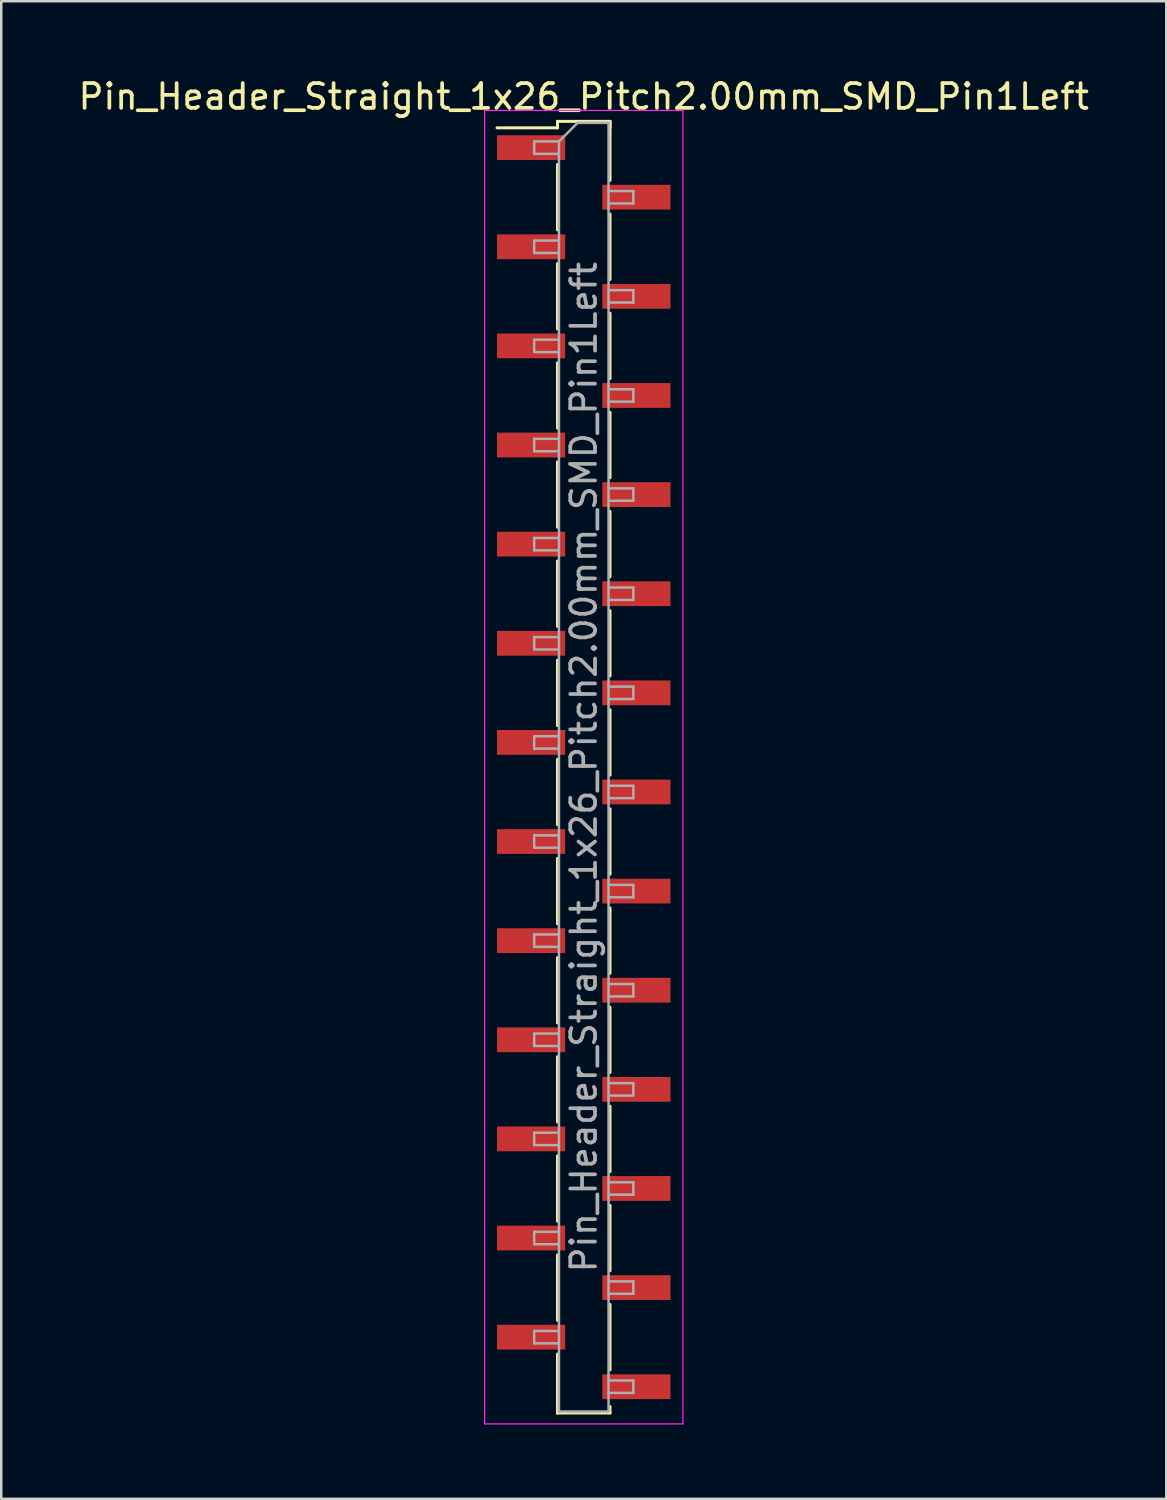
<source format=kicad_pcb>
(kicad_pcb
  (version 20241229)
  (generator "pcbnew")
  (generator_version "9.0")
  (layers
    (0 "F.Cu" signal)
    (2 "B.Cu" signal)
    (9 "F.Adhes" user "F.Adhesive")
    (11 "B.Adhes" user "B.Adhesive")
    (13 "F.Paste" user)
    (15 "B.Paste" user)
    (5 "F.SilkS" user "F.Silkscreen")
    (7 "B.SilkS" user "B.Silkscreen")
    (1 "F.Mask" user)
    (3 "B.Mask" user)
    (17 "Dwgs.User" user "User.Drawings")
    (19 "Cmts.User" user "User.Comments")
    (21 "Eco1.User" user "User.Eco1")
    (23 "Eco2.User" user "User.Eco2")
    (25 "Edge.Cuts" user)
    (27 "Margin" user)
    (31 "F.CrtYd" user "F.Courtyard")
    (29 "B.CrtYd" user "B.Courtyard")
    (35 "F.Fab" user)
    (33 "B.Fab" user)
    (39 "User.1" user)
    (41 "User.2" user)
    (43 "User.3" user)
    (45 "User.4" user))
  (footprint "Pin_Header_Straight_1x26_Pitch2.00mm_SMD_Pin1Left"
    (layer "F.Cu")
    (at 20.506 27.908)
    (property "Reference" "Pin_Header_Straight_1x26_Pitch2.00mm_SMD_Pin1Left" (at 0 -27.06 0) (layer "F.SilkS") (effects (font (size 1 1) (thickness 0.15))))
    (attr smd)
    (fp_line (start -1.06 -26.06) (end 1.06 -26.06) (stroke (width 0.12) (type solid)) (layer "F.SilkS"))
    (fp_line (start -1.06 -25.8) (end -3.5 -25.8) (stroke (width 0.12) (type solid)) (layer "F.SilkS"))
    (fp_line (start -1.06 -25.8) (end -1.06 -26.06) (stroke (width 0.12) (type solid)) (layer "F.SilkS"))
    (fp_line (start -1.06 -24.32) (end -1.06 -21.68) (stroke (width 0.12) (type solid)) (layer "F.SilkS"))
    (fp_line (start -1.06 -20.32) (end -1.06 -17.68) (stroke (width 0.12) (type solid)) (layer "F.SilkS"))
    (fp_line (start -1.06 -16.32) (end -1.06 -13.68) (stroke (width 0.12) (type solid)) (layer "F.SilkS"))
    (fp_line (start -1.06 -12.32) (end -1.06 -9.68) (stroke (width 0.12) (type solid)) (layer "F.SilkS"))
    (fp_line (start -1.06 -8.32) (end -1.06 -5.68) (stroke (width 0.12) (type solid)) (layer "F.SilkS"))
    (fp_line (start -1.06 -4.32) (end -1.06 -1.68) (stroke (width 0.12) (type solid)) (layer "F.SilkS"))
    (fp_line (start -1.06 -0.32) (end -1.06 2.32) (stroke (width 0.12) (type solid)) (layer "F.SilkS"))
    (fp_line (start -1.06 3.68) (end -1.06 6.32) (stroke (width 0.12) (type solid)) (layer "F.SilkS"))
    (fp_line (start -1.06 7.68) (end -1.06 10.32) (stroke (width 0.12) (type solid)) (layer "F.SilkS"))
    (fp_line (start -1.06 11.68) (end -1.06 14.32) (stroke (width 0.12) (type solid)) (layer "F.SilkS"))
    (fp_line (start -1.06 15.68) (end -1.06 18.32) (stroke (width 0.12) (type solid)) (layer "F.SilkS"))
    (fp_line (start -1.06 19.68) (end -1.06 22.32) (stroke (width 0.12) (type solid)) (layer "F.SilkS"))
    (fp_line (start -1.06 23.68) (end -1.06 26.06) (stroke (width 0.12) (type solid)) (layer "F.SilkS"))
    (fp_line (start -1.06 25.8) (end -1.06 26.06) (stroke (width 0.12) (type solid)) (layer "F.SilkS"))
    (fp_line (start -1.06 26.06) (end 1.06 26.06) (stroke (width 0.12) (type solid)) (layer "F.SilkS"))
    (fp_line (start 1.06 -26.06) (end 1.06 -25.8) (stroke (width 0.12) (type solid)) (layer "F.SilkS"))
    (fp_line (start 1.06 -26.06) (end 1.06 -23.68) (stroke (width 0.12) (type solid)) (layer "F.SilkS"))
    (fp_line (start 1.06 -22.32) (end 1.06 -19.68) (stroke (width 0.12) (type solid)) (layer "F.SilkS"))
    (fp_line (start 1.06 -18.32) (end 1.06 -15.68) (stroke (width 0.12) (type solid)) (layer "F.SilkS"))
    (fp_line (start 1.06 -14.32) (end 1.06 -11.68) (stroke (width 0.12) (type solid)) (layer "F.SilkS"))
    (fp_line (start 1.06 -10.32) (end 1.06 -7.68) (stroke (width 0.12) (type solid)) (layer "F.SilkS"))
    (fp_line (start 1.06 -6.32) (end 1.06 -3.68) (stroke (width 0.12) (type solid)) (layer "F.SilkS"))
    (fp_line (start 1.06 -2.32) (end 1.06 0.32) (stroke (width 0.12) (type solid)) (layer "F.SilkS"))
    (fp_line (start 1.06 1.68) (end 1.06 4.32) (stroke (width 0.12) (type solid)) (layer "F.SilkS"))
    (fp_line (start 1.06 5.68) (end 1.06 8.32) (stroke (width 0.12) (type solid)) (layer "F.SilkS"))
    (fp_line (start 1.06 9.68) (end 1.06 12.32) (stroke (width 0.12) (type solid)) (layer "F.SilkS"))
    (fp_line (start 1.06 13.68) (end 1.06 16.32) (stroke (width 0.12) (type solid)) (layer "F.SilkS"))
    (fp_line (start 1.06 17.68) (end 1.06 20.32) (stroke (width 0.12) (type solid)) (layer "F.SilkS"))
    (fp_line (start 1.06 21.68) (end 1.06 24.32) (stroke (width 0.12) (type solid)) (layer "F.SilkS"))
    (fp_line (start 1.06 26.06) (end 1.06 25.8) (stroke (width 0.12) (type solid)) (layer "F.SilkS"))
    (fp_line (start -4 -26.5) (end -4 26.5) (stroke (width 0.05) (type solid)) (layer "F.CrtYd"))
    (fp_line (start -4 26.5) (end 4 26.5) (stroke (width 0.05) (type solid)) (layer "F.CrtYd"))
    (fp_line (start 4 -26.5) (end -4 -26.5) (stroke (width 0.05) (type solid)) (layer "F.CrtYd"))
    (fp_line (start 4 26.5) (end 4 -26.5) (stroke (width 0.05) (type solid)) (layer "F.CrtYd"))
    (fp_line (start -2 -25.25) (end -2 -24.75) (stroke (width 0.1) (type solid)) (layer "F.Fab"))
    (fp_line (start -2 -24.75) (end -1 -24.75) (stroke (width 0.1) (type solid)) (layer "F.Fab"))
    (fp_line (start -2 -21.25) (end -2 -20.75) (stroke (width 0.1) (type solid)) (layer "F.Fab"))
    (fp_line (start -2 -20.75) (end -1 -20.75) (stroke (width 0.1) (type solid)) (layer "F.Fab"))
    (fp_line (start -2 -17.25) (end -2 -16.75) (stroke (width 0.1) (type solid)) (layer "F.Fab"))
    (fp_line (start -2 -16.75) (end -1 -16.75) (stroke (width 0.1) (type solid)) (layer "F.Fab"))
    (fp_line (start -2 -13.25) (end -2 -12.75) (stroke (width 0.1) (type solid)) (layer "F.Fab"))
    (fp_line (start -2 -12.75) (end -1 -12.75) (stroke (width 0.1) (type solid)) (layer "F.Fab"))
    (fp_line (start -2 -9.25) (end -2 -8.75) (stroke (width 0.1) (type solid)) (layer "F.Fab"))
    (fp_line (start -2 -8.75) (end -1 -8.75) (stroke (width 0.1) (type solid)) (layer "F.Fab"))
    (fp_line (start -2 -5.25) (end -2 -4.75) (stroke (width 0.1) (type solid)) (layer "F.Fab"))
    (fp_line (start -2 -4.75) (end -1 -4.75) (stroke (width 0.1) (type solid)) (layer "F.Fab"))
    (fp_line (start -2 -1.25) (end -2 -0.75) (stroke (width 0.1) (type solid)) (layer "F.Fab"))
    (fp_line (start -2 -0.75) (end -1 -0.75) (stroke (width 0.1) (type solid)) (layer "F.Fab"))
    (fp_line (start -2 2.75) (end -2 3.25) (stroke (width 0.1) (type solid)) (layer "F.Fab"))
    (fp_line (start -2 3.25) (end -1 3.25) (stroke (width 0.1) (type solid)) (layer "F.Fab"))
    (fp_line (start -2 6.75) (end -2 7.25) (stroke (width 0.1) (type solid)) (layer "F.Fab"))
    (fp_line (start -2 7.25) (end -1 7.25) (stroke (width 0.1) (type solid)) (layer "F.Fab"))
    (fp_line (start -2 10.75) (end -2 11.25) (stroke (width 0.1) (type solid)) (layer "F.Fab"))
    (fp_line (start -2 11.25) (end -1 11.25) (stroke (width 0.1) (type solid)) (layer "F.Fab"))
    (fp_line (start -2 14.75) (end -2 15.25) (stroke (width 0.1) (type solid)) (layer "F.Fab"))
    (fp_line (start -2 15.25) (end -1 15.25) (stroke (width 0.1) (type solid)) (layer "F.Fab"))
    (fp_line (start -2 18.75) (end -2 19.25) (stroke (width 0.1) (type solid)) (layer "F.Fab"))
    (fp_line (start -2 19.25) (end -1 19.25) (stroke (width 0.1) (type solid)) (layer "F.Fab"))
    (fp_line (start -2 22.75) (end -2 23.25) (stroke (width 0.1) (type solid)) (layer "F.Fab"))
    (fp_line (start -2 23.25) (end -1 23.25) (stroke (width 0.1) (type solid)) (layer "F.Fab"))
    (fp_line (start -1 -25.25) (end -2 -25.25) (stroke (width 0.1) (type solid)) (layer "F.Fab"))
    (fp_line (start -1 -25.25) (end -0.25 -26) (stroke (width 0.1) (type solid)) (layer "F.Fab"))
    (fp_line (start -1 -21.25) (end -2 -21.25) (stroke (width 0.1) (type solid)) (layer "F.Fab"))
    (fp_line (start -1 -17.25) (end -2 -17.25) (stroke (width 0.1) (type solid)) (layer "F.Fab"))
    (fp_line (start -1 -13.25) (end -2 -13.25) (stroke (width 0.1) (type solid)) (layer "F.Fab"))
    (fp_line (start -1 -9.25) (end -2 -9.25) (stroke (width 0.1) (type solid)) (layer "F.Fab"))
    (fp_line (start -1 -5.25) (end -2 -5.25) (stroke (width 0.1) (type solid)) (layer "F.Fab"))
    (fp_line (start -1 -1.25) (end -2 -1.25) (stroke (width 0.1) (type solid)) (layer "F.Fab"))
    (fp_line (start -1 2.75) (end -2 2.75) (stroke (width 0.1) (type solid)) (layer "F.Fab"))
    (fp_line (start -1 6.75) (end -2 6.75) (stroke (width 0.1) (type solid)) (layer "F.Fab"))
    (fp_line (start -1 10.75) (end -2 10.75) (stroke (width 0.1) (type solid)) (layer "F.Fab"))
    (fp_line (start -1 14.75) (end -2 14.75) (stroke (width 0.1) (type solid)) (layer "F.Fab"))
    (fp_line (start -1 18.75) (end -2 18.75) (stroke (width 0.1) (type solid)) (layer "F.Fab"))
    (fp_line (start -1 22.75) (end -2 22.75) (stroke (width 0.1) (type solid)) (layer "F.Fab"))
    (fp_line (start -1 26) (end -1 -25.25) (stroke (width 0.1) (type solid)) (layer "F.Fab"))
    (fp_line (start -0.25 -26) (end 1 -26) (stroke (width 0.1) (type solid)) (layer "F.Fab"))
    (fp_line (start 1 -26) (end 1 26) (stroke (width 0.1) (type solid)) (layer "F.Fab"))
    (fp_line (start 1 -23.25) (end 2 -23.25) (stroke (width 0.1) (type solid)) (layer "F.Fab"))
    (fp_line (start 1 -19.25) (end 2 -19.25) (stroke (width 0.1) (type solid)) (layer "F.Fab"))
    (fp_line (start 1 -15.25) (end 2 -15.25) (stroke (width 0.1) (type solid)) (layer "F.Fab"))
    (fp_line (start 1 -11.25) (end 2 -11.25) (stroke (width 0.1) (type solid)) (layer "F.Fab"))
    (fp_line (start 1 -7.25) (end 2 -7.25) (stroke (width 0.1) (type solid)) (layer "F.Fab"))
    (fp_line (start 1 -3.25) (end 2 -3.25) (stroke (width 0.1) (type solid)) (layer "F.Fab"))
    (fp_line (start 1 0.75) (end 2 0.75) (stroke (width 0.1) (type solid)) (layer "F.Fab"))
    (fp_line (start 1 4.75) (end 2 4.75) (stroke (width 0.1) (type solid)) (layer "F.Fab"))
    (fp_line (start 1 8.75) (end 2 8.75) (stroke (width 0.1) (type solid)) (layer "F.Fab"))
    (fp_line (start 1 12.75) (end 2 12.75) (stroke (width 0.1) (type solid)) (layer "F.Fab"))
    (fp_line (start 1 16.75) (end 2 16.75) (stroke (width 0.1) (type solid)) (layer "F.Fab"))
    (fp_line (start 1 20.75) (end 2 20.75) (stroke (width 0.1) (type solid)) (layer "F.Fab"))
    (fp_line (start 1 24.75) (end 2 24.75) (stroke (width 0.1) (type solid)) (layer "F.Fab"))
    (fp_line (start 1 26) (end -1 26) (stroke (width 0.1) (type solid)) (layer "F.Fab"))
    (fp_line (start 2 -23.25) (end 2 -22.75) (stroke (width 0.1) (type solid)) (layer "F.Fab"))
    (fp_line (start 2 -22.75) (end 1 -22.75) (stroke (width 0.1) (type solid)) (layer "F.Fab"))
    (fp_line (start 2 -19.25) (end 2 -18.75) (stroke (width 0.1) (type solid)) (layer "F.Fab"))
    (fp_line (start 2 -18.75) (end 1 -18.75) (stroke (width 0.1) (type solid)) (layer "F.Fab"))
    (fp_line (start 2 -15.25) (end 2 -14.75) (stroke (width 0.1) (type solid)) (layer "F.Fab"))
    (fp_line (start 2 -14.75) (end 1 -14.75) (stroke (width 0.1) (type solid)) (layer "F.Fab"))
    (fp_line (start 2 -11.25) (end 2 -10.75) (stroke (width 0.1) (type solid)) (layer "F.Fab"))
    (fp_line (start 2 -10.75) (end 1 -10.75) (stroke (width 0.1) (type solid)) (layer "F.Fab"))
    (fp_line (start 2 -7.25) (end 2 -6.75) (stroke (width 0.1) (type solid)) (layer "F.Fab"))
    (fp_line (start 2 -6.75) (end 1 -6.75) (stroke (width 0.1) (type solid)) (layer "F.Fab"))
    (fp_line (start 2 -3.25) (end 2 -2.75) (stroke (width 0.1) (type solid)) (layer "F.Fab"))
    (fp_line (start 2 -2.75) (end 1 -2.75) (stroke (width 0.1) (type solid)) (layer "F.Fab"))
    (fp_line (start 2 0.75) (end 2 1.25) (stroke (width 0.1) (type solid)) (layer "F.Fab"))
    (fp_line (start 2 1.25) (end 1 1.25) (stroke (width 0.1) (type solid)) (layer "F.Fab"))
    (fp_line (start 2 4.75) (end 2 5.25) (stroke (width 0.1) (type solid)) (layer "F.Fab"))
    (fp_line (start 2 5.25) (end 1 5.25) (stroke (width 0.1) (type solid)) (layer "F.Fab"))
    (fp_line (start 2 8.75) (end 2 9.25) (stroke (width 0.1) (type solid)) (layer "F.Fab"))
    (fp_line (start 2 9.25) (end 1 9.25) (stroke (width 0.1) (type solid)) (layer "F.Fab"))
    (fp_line (start 2 12.75) (end 2 13.25) (stroke (width 0.1) (type solid)) (layer "F.Fab"))
    (fp_line (start 2 13.25) (end 1 13.25) (stroke (width 0.1) (type solid)) (layer "F.Fab"))
    (fp_line (start 2 16.75) (end 2 17.25) (stroke (width 0.1) (type solid)) (layer "F.Fab"))
    (fp_line (start 2 17.25) (end 1 17.25) (stroke (width 0.1) (type solid)) (layer "F.Fab"))
    (fp_line (start 2 20.75) (end 2 21.25) (stroke (width 0.1) (type solid)) (layer "F.Fab"))
    (fp_line (start 2 21.25) (end 1 21.25) (stroke (width 0.1) (type solid)) (layer "F.Fab"))
    (fp_line (start 2 24.75) (end 2 25.25) (stroke (width 0.1) (type solid)) (layer "F.Fab"))
    (fp_line (start 2 25.25) (end 1 25.25) (stroke (width 0.1) (type solid)) (layer "F.Fab"))
    (fp_text user "${REFERENCE}" (at 0 0 90) (layer "F.Fab") (effects (font (size 1 1) (thickness 0.15))))
    (pad "1" smd rect (at -2.125 -25) (size 2.75 1) (layers "F.Cu" "F.Mask" "F.Paste"))
    (pad "2" smd rect (at 2.125 -23) (size 2.75 1) (layers "F.Cu" "F.Mask" "F.Paste"))
    (pad "3" smd rect (at -2.125 -21) (size 2.75 1) (layers "F.Cu" "F.Mask" "F.Paste"))
    (pad "4" smd rect (at 2.125 -19) (size 2.75 1) (layers "F.Cu" "F.Mask" "F.Paste"))
    (pad "5" smd rect (at -2.125 -17) (size 2.75 1) (layers "F.Cu" "F.Mask" "F.Paste"))
    (pad "6" smd rect (at 2.125 -15) (size 2.75 1) (layers "F.Cu" "F.Mask" "F.Paste"))
    (pad "7" smd rect (at -2.125 -13) (size 2.75 1) (layers "F.Cu" "F.Mask" "F.Paste"))
    (pad "8" smd rect (at 2.125 -11) (size 2.75 1) (layers "F.Cu" "F.Mask" "F.Paste"))
    (pad "9" smd rect (at -2.125 -9) (size 2.75 1) (layers "F.Cu" "F.Mask" "F.Paste"))
    (pad "10" smd rect (at 2.125 -7) (size 2.75 1) (layers "F.Cu" "F.Mask" "F.Paste"))
    (pad "11" smd rect (at -2.125 -5) (size 2.75 1) (layers "F.Cu" "F.Mask" "F.Paste"))
    (pad "12" smd rect (at 2.125 -3) (size 2.75 1) (layers "F.Cu" "F.Mask" "F.Paste"))
    (pad "13" smd rect (at -2.125 -1) (size 2.75 1) (layers "F.Cu" "F.Mask" "F.Paste"))
    (pad "14" smd rect (at 2.125 1) (size 2.75 1) (layers "F.Cu" "F.Mask" "F.Paste"))
    (pad "15" smd rect (at -2.125 3) (size 2.75 1) (layers "F.Cu" "F.Mask" "F.Paste"))
    (pad "16" smd rect (at 2.125 5) (size 2.75 1) (layers "F.Cu" "F.Mask" "F.Paste"))
    (pad "17" smd rect (at -2.125 7) (size 2.75 1) (layers "F.Cu" "F.Mask" "F.Paste"))
    (pad "18" smd rect (at 2.125 9) (size 2.75 1) (layers "F.Cu" "F.Mask" "F.Paste"))
    (pad "19" smd rect (at -2.125 11) (size 2.75 1) (layers "F.Cu" "F.Mask" "F.Paste"))
    (pad "20" smd rect (at 2.125 13) (size 2.75 1) (layers "F.Cu" "F.Mask" "F.Paste"))
    (pad "21" smd rect (at -2.125 15) (size 2.75 1) (layers "F.Cu" "F.Mask" "F.Paste"))
    (pad "22" smd rect (at 2.125 17) (size 2.75 1) (layers "F.Cu" "F.Mask" "F.Paste"))
    (pad "23" smd rect (at -2.125 19) (size 2.75 1) (layers "F.Cu" "F.Mask" "F.Paste"))
    (pad "24" smd rect (at 2.125 21) (size 2.75 1) (layers "F.Cu" "F.Mask" "F.Paste"))
    (pad "25" smd rect (at -2.125 23) (size 2.75 1) (layers "F.Cu" "F.Mask" "F.Paste"))
    (pad "26" smd rect (at 2.125 25) (size 2.75 1) (layers "F.Cu" "F.Mask" "F.Paste")))
  (gr_rect
    (start -3 -3)
    (end 44.012 57.433)
    (stroke (width 0.1) (type default))
    (fill no)
    (layer "Edge.Cuts")))
</source>
